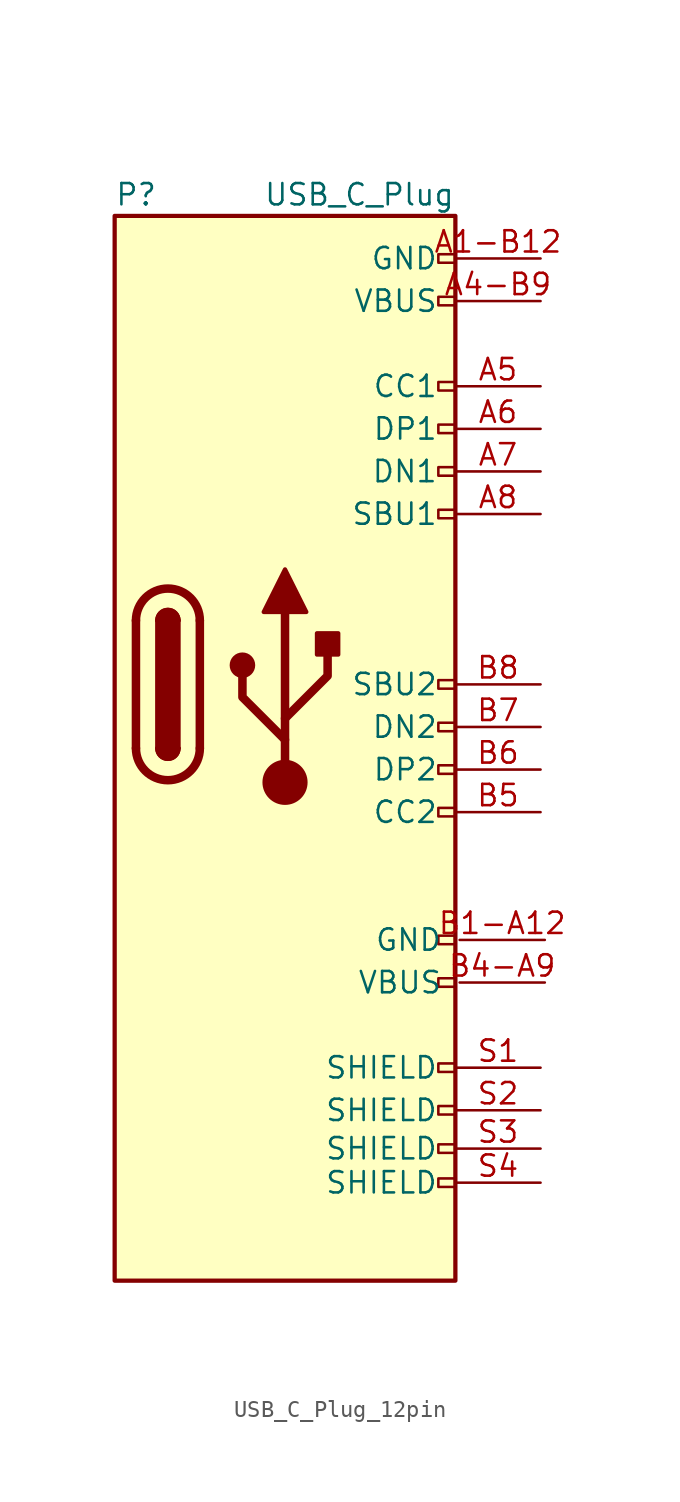
<source format=kicad_sym>
(kicad_symbol_lib
  (version 20241209)
  (generator "kicad_symbol_editor")
  (generator_version "9.0")
  (symbol "USB_C_Plug_12pin"
    (pin_names
      (offset 1.016))
    (property "Reference" "P"
      (at -10.16 29.21 0)
      (effects (font (size 1.27 1.27)) (justify left)))
    (property "Value" "USB_C_Plug"
      (at 10.16 29.21 0)
      (effects (font (size 1.27 1.27)) (justify right)))
    (symbol "USB_C_Plug_12pin_0_0"
      (rectangle (start 9.144 23.114) (end 10.16 22.606) (stroke (width 0) (type default)) (fill (type none)))
      (rectangle (start 9.144 15.494) (end 10.16 14.986) (stroke (width 0) (type default)) (fill (type none)))
      (rectangle (start 9.144 12.954) (end 10.16 12.446) (stroke (width 0) (type default)) (fill (type none)))
      (rectangle (start 9.144 10.414) (end 10.16 9.906) (stroke (width 0) (type default)) (fill (type none)))
      (rectangle (start 9.144 -4.826) (end 10.16 -5.334) (stroke (width 0) (type default)) (fill (type none)))
      (rectangle (start 9.144 -27.432) (end 10.16 -27.94) (stroke (width 0) (type default)) (fill (type none)))
      (rectangle (start 9.144 -29.464) (end 10.16 -29.972) (stroke (width 0) (type default)) (fill (type none)))
      (rectangle (start 10.16 25.654) (end 9.144 25.146) (stroke (width 0) (type default)) (fill (type none)))
      (rectangle (start 10.16 18.034) (end 9.144 17.526) (stroke (width 0) (type default)) (fill (type none)))
      (rectangle (start 10.16 0.254) (end 9.144 -0.254) (stroke (width 0) (type default)) (fill (type none)))
      (rectangle (start 10.16 -2.286) (end 9.144 -2.794) (stroke (width 0) (type default)) (fill (type none)))
      (rectangle (start 10.16 -7.366) (end 9.144 -7.874) (stroke (width 0) (type default)) (fill (type none)))
      (rectangle (start 10.16 -14.986) (end 9.144 -15.494) (stroke (width 0) (type default)) (fill (type none)))
      (rectangle (start 10.16 -17.526) (end 9.144 -18.034) (stroke (width 0) (type default)) (fill (type none)))
      (rectangle (start 10.16 -22.606) (end 9.144 -23.114) (stroke (width 0) (type default)) (fill (type none)))
      (rectangle (start 10.16 -25.146) (end 9.144 -25.654) (stroke (width 0) (type default)) (fill (type none))))
    (symbol "USB_C_Plug_12pin_0_1"
      (rectangle (start -10.16 27.94) (end 10.16 -35.56) (stroke (width 0.254) (type default)) (fill (type background)))
      (polyline (pts (xy -8.89 -3.81) (xy -8.89 3.81)) (stroke (width 0.508) (type default)) (fill (type none)))
      (rectangle (start -7.62 -3.81) (end -6.35 3.81) (stroke (width 0.254) (type default)) (fill (type outline)))
      (arc (start -7.62 3.81) (mid -6.985 4.4423) (end -6.35 3.81) (stroke (width 0.254) (type default)) (fill (type none)))
      (arc (start -7.62 3.81) (mid -6.985 4.4423) (end -6.35 3.81) (stroke (width 0.254) (type default)) (fill (type outline)))
      (arc (start -8.89 3.81) (mid -6.985 5.7067) (end -5.08 3.81) (stroke (width 0.508) (type default)) (fill (type none)))
      (arc (start -5.08 -3.81) (mid -6.985 -5.7067) (end -8.89 -3.81) (stroke (width 0.508) (type default)) (fill (type none)))
      (arc (start -6.35 -3.81) (mid -6.985 -4.4423) (end -7.62 -3.81) (stroke (width 0.254) (type default)) (fill (type none)))
      (arc (start -6.35 -3.81) (mid -6.985 -4.4423) (end -7.62 -3.81) (stroke (width 0.254) (type default)) (fill (type outline)))
      (polyline (pts (xy -5.08 3.81) (xy -5.08 -3.81)) (stroke (width 0.508) (type default)) (fill (type none))))
    (symbol "USB_C_Plug_12pin_1_1"
      (circle (center -2.54 1.143) (radius 0.635) (stroke (width 0.254) (type default)) (fill (type outline)))
      (polyline (pts (xy -1.27 4.318) (xy 0 6.858) (xy 1.27 4.318) (xy -1.27 4.318)) (stroke (width 0.254) (type default)) (fill (type outline)))
      (polyline (pts (xy 0 -2.032) (xy 2.54 0.508) (xy 2.54 1.778)) (stroke (width 0.508) (type default)) (fill (type none)))
      (polyline (pts (xy 0 -3.302) (xy -2.54 -0.762) (xy -2.54 0.508)) (stroke (width 0.508) (type default)) (fill (type none)))
      (polyline (pts (xy 0 -5.842) (xy 0 4.318)) (stroke (width 0.508) (type default)) (fill (type none)))
      (circle (center 0 -5.842) (radius 1.27) (stroke (width 0) (type default)) (fill (type outline)))
      (rectangle (start 1.905 1.778) (end 3.175 3.048) (stroke (width 0.254) (type default)) (fill (type outline)))
      (pin passive line (at 15.24 25.4 180) (length 5.08) (name "GND" (effects (font (size 1.27 1.27)))) (number "A1-B12" (effects (font (size 1.27 1.27)))))
      (pin bidirectional line (at 15.24 22.86 180) (length 5.08) (name "VBUS" (effects (font (size 1.27 1.27)))) (number "A4-B9" (effects (font (size 1.27 1.27)))))
      (pin bidirectional line (at 15.24 17.78 180) (length 5.08) (name "CC1" (effects (font (size 1.27 1.27)))) (number "A5" (effects (font (size 1.27 1.27)))))
      (pin bidirectional line (at 15.24 15.24 180) (length 5.08) (name "DP1" (effects (font (size 1.27 1.27)))) (number "A6" (effects (font (size 1.27 1.27)))))
      (pin bidirectional line (at 15.24 12.7 180) (length 5.08) (name "DN1" (effects (font (size 1.27 1.27)))) (number "A7" (effects (font (size 1.27 1.27)))))
      (pin bidirectional line (at 15.24 10.16 180) (length 5.08) (name "SBU1" (effects (font (size 1.27 1.27)))) (number "A8" (effects (font (size 1.27 1.27)))))
      (pin bidirectional line (at 15.24 0 180) (length 5.08) (name "SBU2" (effects (font (size 1.27 1.27)))) (number "B8" (effects (font (size 1.27 1.27)))))
      (pin bidirectional line (at 15.24 -2.54 180) (length 5.08) (name "DN2" (effects (font (size 1.27 1.27)))) (number "B7" (effects (font (size 1.27 1.27)))))
      (pin bidirectional line (at 15.24 -5.08 180) (length 5.08) (name "DP2" (effects (font (size 1.27 1.27)))) (number "B6" (effects (font (size 1.27 1.27)))))
      (pin bidirectional line (at 15.24 -7.62 180) (length 5.08) (name "CC2" (effects (font (size 1.27 1.27)))) (number "B5" (effects (font (size 1.27 1.27)))))
      (pin passive line (at 15.24 -22.86 180) (length 5.08) (name "SHIELD" (effects (font (size 1.27 1.27)))) (number "S1" (effects (font (size 1.27 1.27)))))
      (pin passive line (at 15.24 -25.4 180) (length 5.08) (name "SHIELD" (effects (font (size 1.27 1.27)))) (number "S2" (effects (font (size 1.27 1.27)))))
      (pin passive line (at 15.24 -27.686 180) (length 5.08) (name "SHIELD" (effects (font (size 1.27 1.27)))) (number "S3" (effects (font (size 1.27 1.27)))))
      (pin passive line (at 15.24 -29.718 180) (length 5.08) (name "SHIELD" (effects (font (size 1.27 1.27)))) (number "S4" (effects (font (size 1.27 1.27)))))
      (pin passive line (at 15.494 -15.24 180) (length 5.08) (name "GND" (effects (font (size 1.27 1.27)))) (number "B1-A12" (effects (font (size 1.27 1.27)))))
      (pin bidirectional line (at 15.494 -17.78 180) (length 5.08) (name "VBUS" (effects (font (size 1.27 1.27)))) (number "B4-A9" (effects (font (size 1.27 1.27))))))))
</source>
